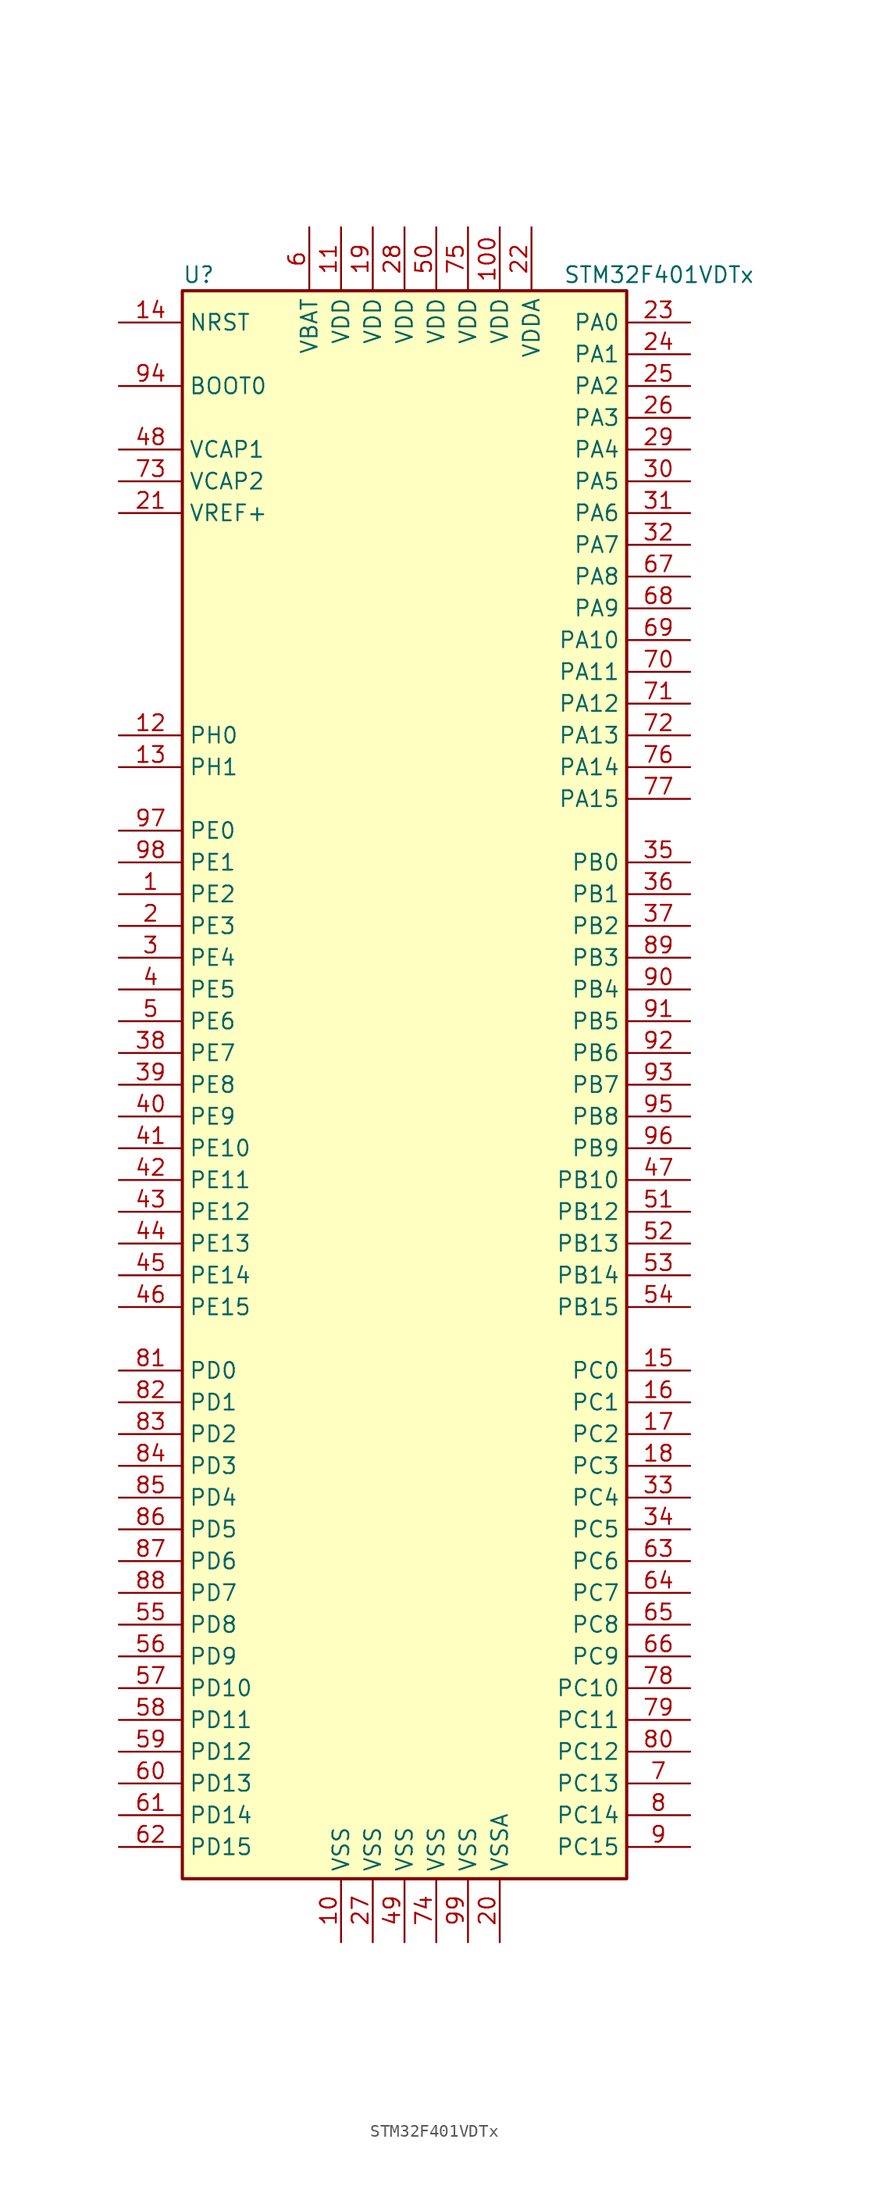
<source format=kicad_sym>
(kicad_symbol_lib
  (version 20220914)
  (generator kicad_symbol_editor)
  (symbol "STM32F401VDTx"
    (property "Reference" "U"
      (at -17.78 64.77 0)
      (effects (font (size 1.27 1.27)) (justify left)))
    (property "Value" "STM32F401VDTx"
      (at 12.7 64.77 0)
      (effects (font (size 1.27 1.27)) (justify left)))
    (symbol "STM32F401VDTx_0_1"
      (rectangle (start -17.78 -63.5) (end 17.78 63.5) (stroke (width 0.254) (type default)) (fill (type background))))
    (symbol "STM32F401VDTx_1_1"
      (pin bidirectional line (at -22.86 15.24 0) (length 5.08) (name "PE2" (effects (font (size 1.27 1.27)))) (number "1" (effects (font (size 1.27 1.27)))))
      (pin power_in line (at -5.08 -68.58 90) (length 5.08) (name "VSS" (effects (font (size 1.27 1.27)))) (number "10" (effects (font (size 1.27 1.27)))))
      (pin power_in line (at 7.62 68.58 270) (length 5.08) (name "VDD" (effects (font (size 1.27 1.27)))) (number "100" (effects (font (size 1.27 1.27)))))
      (pin power_in line (at -5.08 68.58 270) (length 5.08) (name "VDD" (effects (font (size 1.27 1.27)))) (number "11" (effects (font (size 1.27 1.27)))))
      (pin input line (at -22.86 27.94 0) (length 5.08) (name "PH0" (effects (font (size 1.27 1.27)))) (number "12" (effects (font (size 1.27 1.27)))))
      (pin input line (at -22.86 25.4 0) (length 5.08) (name "PH1" (effects (font (size 1.27 1.27)))) (number "13" (effects (font (size 1.27 1.27)))))
      (pin input line (at -22.86 60.96 0) (length 5.08) (name "NRST" (effects (font (size 1.27 1.27)))) (number "14" (effects (font (size 1.27 1.27)))))
      (pin bidirectional line (at 22.86 -22.86 180) (length 5.08) (name "PC0" (effects (font (size 1.27 1.27)))) (number "15" (effects (font (size 1.27 1.27)))))
      (pin bidirectional line (at 22.86 -25.4 180) (length 5.08) (name "PC1" (effects (font (size 1.27 1.27)))) (number "16" (effects (font (size 1.27 1.27)))))
      (pin bidirectional line (at 22.86 -27.94 180) (length 5.08) (name "PC2" (effects (font (size 1.27 1.27)))) (number "17" (effects (font (size 1.27 1.27)))))
      (pin bidirectional line (at 22.86 -30.48 180) (length 5.08) (name "PC3" (effects (font (size 1.27 1.27)))) (number "18" (effects (font (size 1.27 1.27)))))
      (pin power_in line (at -2.54 68.58 270) (length 5.08) (name "VDD" (effects (font (size 1.27 1.27)))) (number "19" (effects (font (size 1.27 1.27)))))
      (pin bidirectional line (at -22.86 12.7 0) (length 5.08) (name "PE3" (effects (font (size 1.27 1.27)))) (number "2" (effects (font (size 1.27 1.27)))))
      (pin power_in line (at 7.62 -68.58 90) (length 5.08) (name "VSSA" (effects (font (size 1.27 1.27)))) (number "20" (effects (font (size 1.27 1.27)))))
      (pin power_in line (at -22.86 45.72 0) (length 5.08) (name "VREF+" (effects (font (size 1.27 1.27)))) (number "21" (effects (font (size 1.27 1.27)))))
      (pin power_in line (at 10.16 68.58 270) (length 5.08) (name "VDDA" (effects (font (size 1.27 1.27)))) (number "22" (effects (font (size 1.27 1.27)))))
      (pin bidirectional line (at 22.86 60.96 180) (length 5.08) (name "PA0" (effects (font (size 1.27 1.27)))) (number "23" (effects (font (size 1.27 1.27)))))
      (pin bidirectional line (at 22.86 58.42 180) (length 5.08) (name "PA1" (effects (font (size 1.27 1.27)))) (number "24" (effects (font (size 1.27 1.27)))))
      (pin bidirectional line (at 22.86 55.88 180) (length 5.08) (name "PA2" (effects (font (size 1.27 1.27)))) (number "25" (effects (font (size 1.27 1.27)))))
      (pin bidirectional line (at 22.86 53.34 180) (length 5.08) (name "PA3" (effects (font (size 1.27 1.27)))) (number "26" (effects (font (size 1.27 1.27)))))
      (pin power_in line (at -2.54 -68.58 90) (length 5.08) (name "VSS" (effects (font (size 1.27 1.27)))) (number "27" (effects (font (size 1.27 1.27)))))
      (pin power_in line (at 0 68.58 270) (length 5.08) (name "VDD" (effects (font (size 1.27 1.27)))) (number "28" (effects (font (size 1.27 1.27)))))
      (pin bidirectional line (at 22.86 50.8 180) (length 5.08) (name "PA4" (effects (font (size 1.27 1.27)))) (number "29" (effects (font (size 1.27 1.27)))))
      (pin bidirectional line (at -22.86 10.16 0) (length 5.08) (name "PE4" (effects (font (size 1.27 1.27)))) (number "3" (effects (font (size 1.27 1.27)))))
      (pin bidirectional line (at 22.86 48.26 180) (length 5.08) (name "PA5" (effects (font (size 1.27 1.27)))) (number "30" (effects (font (size 1.27 1.27)))))
      (pin bidirectional line (at 22.86 45.72 180) (length 5.08) (name "PA6" (effects (font (size 1.27 1.27)))) (number "31" (effects (font (size 1.27 1.27)))))
      (pin bidirectional line (at 22.86 43.18 180) (length 5.08) (name "PA7" (effects (font (size 1.27 1.27)))) (number "32" (effects (font (size 1.27 1.27)))))
      (pin bidirectional line (at 22.86 -33.02 180) (length 5.08) (name "PC4" (effects (font (size 1.27 1.27)))) (number "33" (effects (font (size 1.27 1.27)))))
      (pin bidirectional line (at 22.86 -35.56 180) (length 5.08) (name "PC5" (effects (font (size 1.27 1.27)))) (number "34" (effects (font (size 1.27 1.27)))))
      (pin bidirectional line (at 22.86 17.78 180) (length 5.08) (name "PB0" (effects (font (size 1.27 1.27)))) (number "35" (effects (font (size 1.27 1.27)))))
      (pin bidirectional line (at 22.86 15.24 180) (length 5.08) (name "PB1" (effects (font (size 1.27 1.27)))) (number "36" (effects (font (size 1.27 1.27)))))
      (pin bidirectional line (at 22.86 12.7 180) (length 5.08) (name "PB2" (effects (font (size 1.27 1.27)))) (number "37" (effects (font (size 1.27 1.27)))))
      (pin bidirectional line (at -22.86 2.54 0) (length 5.08) (name "PE7" (effects (font (size 1.27 1.27)))) (number "38" (effects (font (size 1.27 1.27)))))
      (pin bidirectional line (at -22.86 0 0) (length 5.08) (name "PE8" (effects (font (size 1.27 1.27)))) (number "39" (effects (font (size 1.27 1.27)))))
      (pin bidirectional line (at -22.86 7.62 0) (length 5.08) (name "PE5" (effects (font (size 1.27 1.27)))) (number "4" (effects (font (size 1.27 1.27)))))
      (pin bidirectional line (at -22.86 -2.54 0) (length 5.08) (name "PE9" (effects (font (size 1.27 1.27)))) (number "40" (effects (font (size 1.27 1.27)))))
      (pin bidirectional line (at -22.86 -5.08 0) (length 5.08) (name "PE10" (effects (font (size 1.27 1.27)))) (number "41" (effects (font (size 1.27 1.27)))))
      (pin bidirectional line (at -22.86 -7.62 0) (length 5.08) (name "PE11" (effects (font (size 1.27 1.27)))) (number "42" (effects (font (size 1.27 1.27)))))
      (pin bidirectional line (at -22.86 -10.16 0) (length 5.08) (name "PE12" (effects (font (size 1.27 1.27)))) (number "43" (effects (font (size 1.27 1.27)))))
      (pin bidirectional line (at -22.86 -12.7 0) (length 5.08) (name "PE13" (effects (font (size 1.27 1.27)))) (number "44" (effects (font (size 1.27 1.27)))))
      (pin bidirectional line (at -22.86 -15.24 0) (length 5.08) (name "PE14" (effects (font (size 1.27 1.27)))) (number "45" (effects (font (size 1.27 1.27)))))
      (pin bidirectional line (at -22.86 -17.78 0) (length 5.08) (name "PE15" (effects (font (size 1.27 1.27)))) (number "46" (effects (font (size 1.27 1.27)))))
      (pin bidirectional line (at 22.86 -7.62 180) (length 5.08) (name "PB10" (effects (font (size 1.27 1.27)))) (number "47" (effects (font (size 1.27 1.27)))))
      (pin power_in line (at -22.86 50.8 0) (length 5.08) (name "VCAP1" (effects (font (size 1.27 1.27)))) (number "48" (effects (font (size 1.27 1.27)))))
      (pin power_in line (at 0 -68.58 90) (length 5.08) (name "VSS" (effects (font (size 1.27 1.27)))) (number "49" (effects (font (size 1.27 1.27)))))
      (pin bidirectional line (at -22.86 5.08 0) (length 5.08) (name "PE6" (effects (font (size 1.27 1.27)))) (number "5" (effects (font (size 1.27 1.27)))))
      (pin power_in line (at 2.54 68.58 270) (length 5.08) (name "VDD" (effects (font (size 1.27 1.27)))) (number "50" (effects (font (size 1.27 1.27)))))
      (pin bidirectional line (at 22.86 -10.16 180) (length 5.08) (name "PB12" (effects (font (size 1.27 1.27)))) (number "51" (effects (font (size 1.27 1.27)))))
      (pin bidirectional line (at 22.86 -12.7 180) (length 5.08) (name "PB13" (effects (font (size 1.27 1.27)))) (number "52" (effects (font (size 1.27 1.27)))))
      (pin bidirectional line (at 22.86 -15.24 180) (length 5.08) (name "PB14" (effects (font (size 1.27 1.27)))) (number "53" (effects (font (size 1.27 1.27)))))
      (pin bidirectional line (at 22.86 -17.78 180) (length 5.08) (name "PB15" (effects (font (size 1.27 1.27)))) (number "54" (effects (font (size 1.27 1.27)))))
      (pin bidirectional line (at -22.86 -43.18 0) (length 5.08) (name "PD8" (effects (font (size 1.27 1.27)))) (number "55" (effects (font (size 1.27 1.27)))))
      (pin bidirectional line (at -22.86 -45.72 0) (length 5.08) (name "PD9" (effects (font (size 1.27 1.27)))) (number "56" (effects (font (size 1.27 1.27)))))
      (pin bidirectional line (at -22.86 -48.26 0) (length 5.08) (name "PD10" (effects (font (size 1.27 1.27)))) (number "57" (effects (font (size 1.27 1.27)))))
      (pin bidirectional line (at -22.86 -50.8 0) (length 5.08) (name "PD11" (effects (font (size 1.27 1.27)))) (number "58" (effects (font (size 1.27 1.27)))))
      (pin bidirectional line (at -22.86 -53.34 0) (length 5.08) (name "PD12" (effects (font (size 1.27 1.27)))) (number "59" (effects (font (size 1.27 1.27)))))
      (pin power_in line (at -7.62 68.58 270) (length 5.08) (name "VBAT" (effects (font (size 1.27 1.27)))) (number "6" (effects (font (size 1.27 1.27)))))
      (pin bidirectional line (at -22.86 -55.88 0) (length 5.08) (name "PD13" (effects (font (size 1.27 1.27)))) (number "60" (effects (font (size 1.27 1.27)))))
      (pin bidirectional line (at -22.86 -58.42 0) (length 5.08) (name "PD14" (effects (font (size 1.27 1.27)))) (number "61" (effects (font (size 1.27 1.27)))))
      (pin bidirectional line (at -22.86 -60.96 0) (length 5.08) (name "PD15" (effects (font (size 1.27 1.27)))) (number "62" (effects (font (size 1.27 1.27)))))
      (pin bidirectional line (at 22.86 -38.1 180) (length 5.08) (name "PC6" (effects (font (size 1.27 1.27)))) (number "63" (effects (font (size 1.27 1.27)))))
      (pin bidirectional line (at 22.86 -40.64 180) (length 5.08) (name "PC7" (effects (font (size 1.27 1.27)))) (number "64" (effects (font (size 1.27 1.27)))))
      (pin bidirectional line (at 22.86 -43.18 180) (length 5.08) (name "PC8" (effects (font (size 1.27 1.27)))) (number "65" (effects (font (size 1.27 1.27)))))
      (pin bidirectional line (at 22.86 -45.72 180) (length 5.08) (name "PC9" (effects (font (size 1.27 1.27)))) (number "66" (effects (font (size 1.27 1.27)))))
      (pin bidirectional line (at 22.86 40.64 180) (length 5.08) (name "PA8" (effects (font (size 1.27 1.27)))) (number "67" (effects (font (size 1.27 1.27)))))
      (pin bidirectional line (at 22.86 38.1 180) (length 5.08) (name "PA9" (effects (font (size 1.27 1.27)))) (number "68" (effects (font (size 1.27 1.27)))))
      (pin bidirectional line (at 22.86 35.56 180) (length 5.08) (name "PA10" (effects (font (size 1.27 1.27)))) (number "69" (effects (font (size 1.27 1.27)))))
      (pin bidirectional line (at 22.86 -55.88 180) (length 5.08) (name "PC13" (effects (font (size 1.27 1.27)))) (number "7" (effects (font (size 1.27 1.27)))))
      (pin bidirectional line (at 22.86 33.02 180) (length 5.08) (name "PA11" (effects (font (size 1.27 1.27)))) (number "70" (effects (font (size 1.27 1.27)))))
      (pin bidirectional line (at 22.86 30.48 180) (length 5.08) (name "PA12" (effects (font (size 1.27 1.27)))) (number "71" (effects (font (size 1.27 1.27)))))
      (pin bidirectional line (at 22.86 27.94 180) (length 5.08) (name "PA13" (effects (font (size 1.27 1.27)))) (number "72" (effects (font (size 1.27 1.27)))))
      (pin power_in line (at -22.86 48.26 0) (length 5.08) (name "VCAP2" (effects (font (size 1.27 1.27)))) (number "73" (effects (font (size 1.27 1.27)))))
      (pin power_in line (at 2.54 -68.58 90) (length 5.08) (name "VSS" (effects (font (size 1.27 1.27)))) (number "74" (effects (font (size 1.27 1.27)))))
      (pin power_in line (at 5.08 68.58 270) (length 5.08) (name "VDD" (effects (font (size 1.27 1.27)))) (number "75" (effects (font (size 1.27 1.27)))))
      (pin bidirectional line (at 22.86 25.4 180) (length 5.08) (name "PA14" (effects (font (size 1.27 1.27)))) (number "76" (effects (font (size 1.27 1.27)))))
      (pin bidirectional line (at 22.86 22.86 180) (length 5.08) (name "PA15" (effects (font (size 1.27 1.27)))) (number "77" (effects (font (size 1.27 1.27)))))
      (pin bidirectional line (at 22.86 -48.26 180) (length 5.08) (name "PC10" (effects (font (size 1.27 1.27)))) (number "78" (effects (font (size 1.27 1.27)))))
      (pin bidirectional line (at 22.86 -50.8 180) (length 5.08) (name "PC11" (effects (font (size 1.27 1.27)))) (number "79" (effects (font (size 1.27 1.27)))))
      (pin bidirectional line (at 22.86 -58.42 180) (length 5.08) (name "PC14" (effects (font (size 1.27 1.27)))) (number "8" (effects (font (size 1.27 1.27)))))
      (pin bidirectional line (at 22.86 -53.34 180) (length 5.08) (name "PC12" (effects (font (size 1.27 1.27)))) (number "80" (effects (font (size 1.27 1.27)))))
      (pin bidirectional line (at -22.86 -22.86 0) (length 5.08) (name "PD0" (effects (font (size 1.27 1.27)))) (number "81" (effects (font (size 1.27 1.27)))))
      (pin bidirectional line (at -22.86 -25.4 0) (length 5.08) (name "PD1" (effects (font (size 1.27 1.27)))) (number "82" (effects (font (size 1.27 1.27)))))
      (pin bidirectional line (at -22.86 -27.94 0) (length 5.08) (name "PD2" (effects (font (size 1.27 1.27)))) (number "83" (effects (font (size 1.27 1.27)))))
      (pin bidirectional line (at -22.86 -30.48 0) (length 5.08) (name "PD3" (effects (font (size 1.27 1.27)))) (number "84" (effects (font (size 1.27 1.27)))))
      (pin bidirectional line (at -22.86 -33.02 0) (length 5.08) (name "PD4" (effects (font (size 1.27 1.27)))) (number "85" (effects (font (size 1.27 1.27)))))
      (pin bidirectional line (at -22.86 -35.56 0) (length 5.08) (name "PD5" (effects (font (size 1.27 1.27)))) (number "86" (effects (font (size 1.27 1.27)))))
      (pin bidirectional line (at -22.86 -38.1 0) (length 5.08) (name "PD6" (effects (font (size 1.27 1.27)))) (number "87" (effects (font (size 1.27 1.27)))))
      (pin bidirectional line (at -22.86 -40.64 0) (length 5.08) (name "PD7" (effects (font (size 1.27 1.27)))) (number "88" (effects (font (size 1.27 1.27)))))
      (pin bidirectional line (at 22.86 10.16 180) (length 5.08) (name "PB3" (effects (font (size 1.27 1.27)))) (number "89" (effects (font (size 1.27 1.27)))))
      (pin bidirectional line (at 22.86 -60.96 180) (length 5.08) (name "PC15" (effects (font (size 1.27 1.27)))) (number "9" (effects (font (size 1.27 1.27)))))
      (pin bidirectional line (at 22.86 7.62 180) (length 5.08) (name "PB4" (effects (font (size 1.27 1.27)))) (number "90" (effects (font (size 1.27 1.27)))))
      (pin bidirectional line (at 22.86 5.08 180) (length 5.08) (name "PB5" (effects (font (size 1.27 1.27)))) (number "91" (effects (font (size 1.27 1.27)))))
      (pin bidirectional line (at 22.86 2.54 180) (length 5.08) (name "PB6" (effects (font (size 1.27 1.27)))) (number "92" (effects (font (size 1.27 1.27)))))
      (pin bidirectional line (at 22.86 0 180) (length 5.08) (name "PB7" (effects (font (size 1.27 1.27)))) (number "93" (effects (font (size 1.27 1.27)))))
      (pin input line (at -22.86 55.88 0) (length 5.08) (name "BOOT0" (effects (font (size 1.27 1.27)))) (number "94" (effects (font (size 1.27 1.27)))))
      (pin bidirectional line (at 22.86 -2.54 180) (length 5.08) (name "PB8" (effects (font (size 1.27 1.27)))) (number "95" (effects (font (size 1.27 1.27)))))
      (pin bidirectional line (at 22.86 -5.08 180) (length 5.08) (name "PB9" (effects (font (size 1.27 1.27)))) (number "96" (effects (font (size 1.27 1.27)))))
      (pin bidirectional line (at -22.86 20.32 0) (length 5.08) (name "PE0" (effects (font (size 1.27 1.27)))) (number "97" (effects (font (size 1.27 1.27)))))
      (pin bidirectional line (at -22.86 17.78 0) (length 5.08) (name "PE1" (effects (font (size 1.27 1.27)))) (number "98" (effects (font (size 1.27 1.27)))))
      (pin power_in line (at 5.08 -68.58 90) (length 5.08) (name "VSS" (effects (font (size 1.27 1.27)))) (number "99" (effects (font (size 1.27 1.27))))))))
</source>
